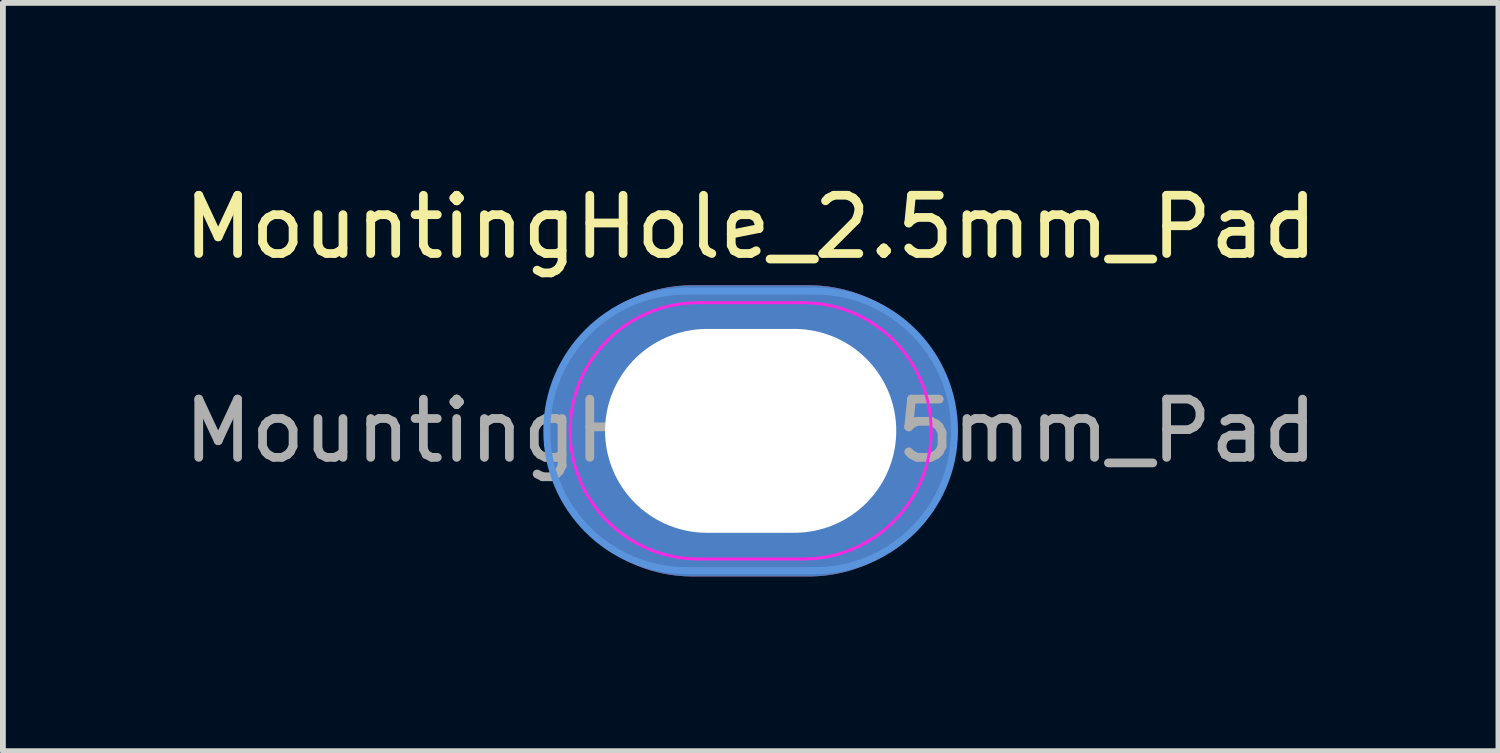
<source format=kicad_pcb>
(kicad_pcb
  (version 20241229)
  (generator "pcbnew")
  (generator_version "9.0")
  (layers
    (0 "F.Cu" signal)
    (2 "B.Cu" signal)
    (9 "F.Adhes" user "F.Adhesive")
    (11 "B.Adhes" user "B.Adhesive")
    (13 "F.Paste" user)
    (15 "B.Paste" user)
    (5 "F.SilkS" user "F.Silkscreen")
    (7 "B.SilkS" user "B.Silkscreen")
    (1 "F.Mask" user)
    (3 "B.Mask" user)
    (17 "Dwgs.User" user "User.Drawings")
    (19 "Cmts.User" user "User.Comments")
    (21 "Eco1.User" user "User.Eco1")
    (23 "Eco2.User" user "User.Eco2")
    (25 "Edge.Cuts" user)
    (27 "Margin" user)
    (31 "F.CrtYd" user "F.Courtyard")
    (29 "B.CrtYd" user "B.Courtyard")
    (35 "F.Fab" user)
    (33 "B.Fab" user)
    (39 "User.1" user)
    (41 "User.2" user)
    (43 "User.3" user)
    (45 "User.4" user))
  (footprint "MountingHole_2.5mm_Pad"
    (layer "F.Cu")
    (at 9.839 4.348)
    (property "Reference" "MountingHole_2.5mm_Pad" (at 0 -3.5 0) (layer "F.SilkS") (effects (font (size 1 1) (thickness 0.15))))
    (attr exclude_from_pos_files exclude_from_bom)
    (fp_line (start -1.1 -2.4) (end 1.1 -2.4) (stroke (width 0.12) (type solid)) (layer "Cmts.User"))
    (fp_line (start 1.1 2.4) (end -1.1 2.4) (stroke (width 0.12) (type solid)) (layer "Cmts.User"))
    (fp_arc (start -1.1 2.4) (mid -3.5 0) (end -1.1 -2.4) (stroke (width 0.12) (type solid)) (layer "Cmts.User"))
    (fp_arc (start 1.1 -2.4) (mid 3.5 0) (end 1.1 2.4) (stroke (width 0.12) (type solid)) (layer "Cmts.User"))
    (fp_line (start -0.9 -2.2) (end 0.9 -2.2) (stroke (width 0.05) (type solid)) (layer "F.CrtYd"))
    (fp_line (start 0.9 2.2) (end -0.9 2.2) (stroke (width 0.05) (type solid)) (layer "F.CrtYd"))
    (fp_arc (start -0.9 2.2) (mid -3.1 0) (end -0.9 -2.2) (stroke (width 0.05) (type solid)) (layer "F.CrtYd"))
    (fp_arc (start 0.9 -2.2) (mid 3.1 0) (end 0.9 2.2) (stroke (width 0.05) (type solid)) (layer "F.CrtYd"))
    (fp_text user "${REFERENCE}" (at 0 0 0) (layer "F.Fab") (effects (font (size 1 1) (thickness 0.15))))
    (pad "1" thru_hole oval (at 0 0) (size 7 5) (drill oval 5 3.5) (layers "*.Cu" "*.Mask")))
  (gr_rect
    (start -3 -3)
    (end 22.679 9.848)
    (stroke (width 0.1) (type default))
    (fill no)
    (layer "Edge.Cuts")))
</source>
